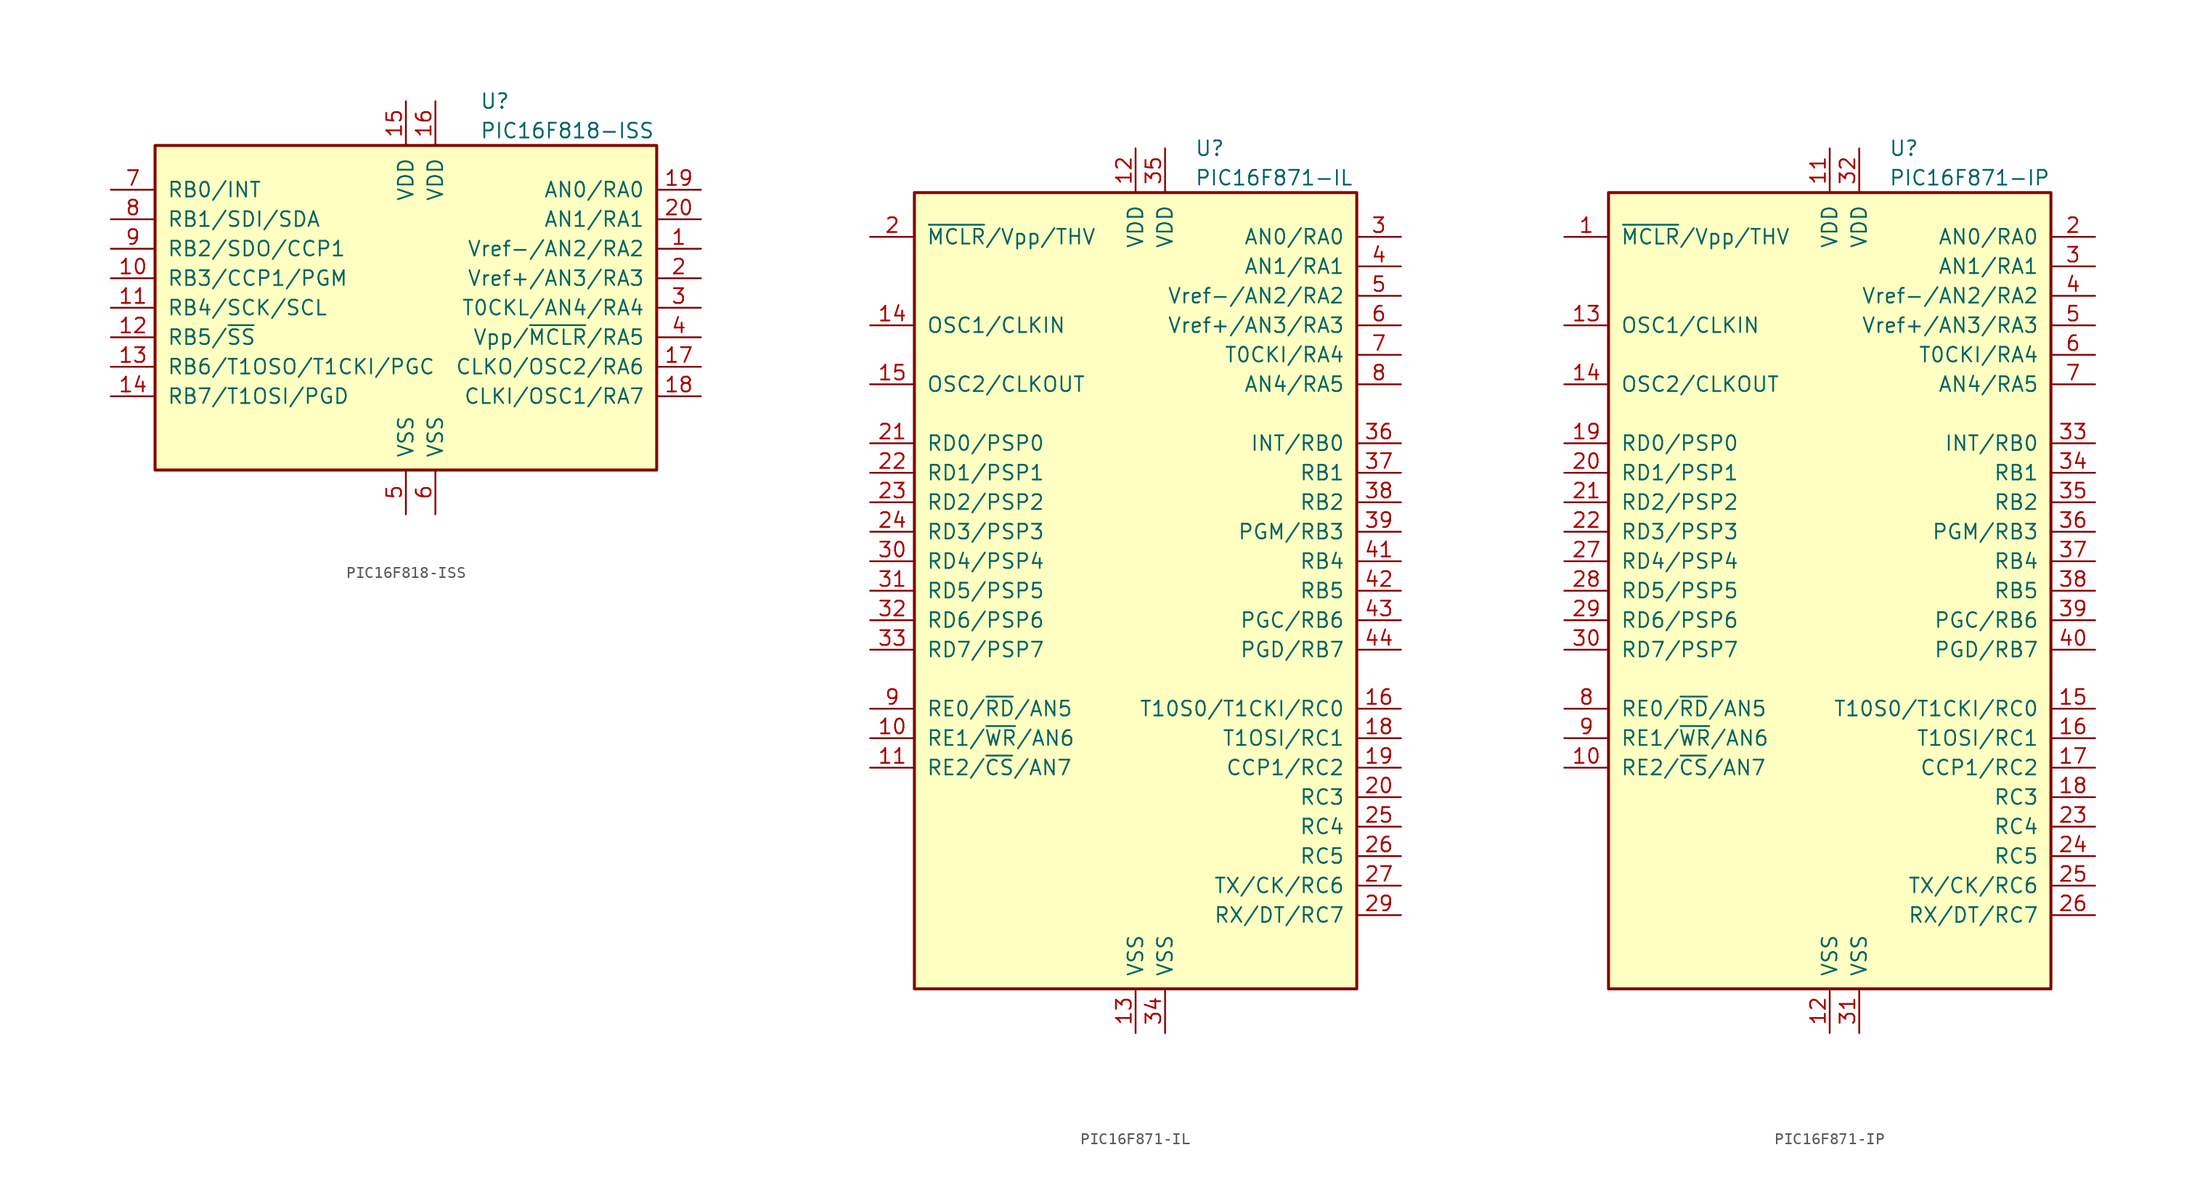
<source format=kicad_sym>
(kicad_symbol_lib
  (version 20220914)
  (generator kicad_symbol_editor)
  (symbol "PIC16F818-ISS"
    (pin_names
      (offset 1.016))
    (property "Reference" "U"
      (at 6.35 17.78 0)
      (effects (font (size 1.27 1.27)) (justify left)))
    (property "Value" "PIC16F818-ISS"
      (at 6.35 15.24 0)
      (effects (font (size 1.27 1.27)) (justify left)))
    (symbol "PIC16F818-ISS_0_1"
      (rectangle (start -21.59 13.97) (end 21.59 -13.97) (stroke (width 0.254) (type default)) (fill (type background))))
    (symbol "PIC16F818-ISS_1_1"
      (pin bidirectional line (at 25.4 5.08 180) (length 3.81) (name "Vref-/AN2/RA2" (effects (font (size 1.27 1.27)))) (number "1" (effects (font (size 1.27 1.27)))))
      (pin bidirectional line (at -25.4 2.54 0) (length 3.81) (name "RB3/CCP1/PGM" (effects (font (size 1.27 1.27)))) (number "10" (effects (font (size 1.27 1.27)))))
      (pin bidirectional line (at -25.4 0 0) (length 3.81) (name "RB4/SCK/SCL" (effects (font (size 1.27 1.27)))) (number "11" (effects (font (size 1.27 1.27)))))
      (pin bidirectional line (at -25.4 -2.54 0) (length 3.81) (name "RB5/~{SS}" (effects (font (size 1.27 1.27)))) (number "12" (effects (font (size 1.27 1.27)))))
      (pin bidirectional line (at -25.4 -5.08 0) (length 3.81) (name "RB6/T1OSO/T1CKI/PGC" (effects (font (size 1.27 1.27)))) (number "13" (effects (font (size 1.27 1.27)))))
      (pin bidirectional line (at -25.4 -7.62 0) (length 3.81) (name "RB7/T1OSI/PGD" (effects (font (size 1.27 1.27)))) (number "14" (effects (font (size 1.27 1.27)))))
      (pin power_in line (at 0 17.78 270) (length 3.81) (name "VDD" (effects (font (size 1.27 1.27)))) (number "15" (effects (font (size 1.27 1.27)))))
      (pin power_in line (at 2.54 17.78 270) (length 3.81) (name "VDD" (effects (font (size 1.27 1.27)))) (number "16" (effects (font (size 1.27 1.27)))))
      (pin bidirectional line (at 25.4 -5.08 180) (length 3.81) (name "CLKO/OSC2/RA6" (effects (font (size 1.27 1.27)))) (number "17" (effects (font (size 1.27 1.27)))))
      (pin bidirectional line (at 25.4 -7.62 180) (length 3.81) (name "CLKI/OSC1/RA7" (effects (font (size 1.27 1.27)))) (number "18" (effects (font (size 1.27 1.27)))))
      (pin bidirectional line (at 25.4 10.16 180) (length 3.81) (name "AN0/RA0" (effects (font (size 1.27 1.27)))) (number "19" (effects (font (size 1.27 1.27)))))
      (pin bidirectional line (at 25.4 2.54 180) (length 3.81) (name "Vref+/AN3/RA3" (effects (font (size 1.27 1.27)))) (number "2" (effects (font (size 1.27 1.27)))))
      (pin bidirectional line (at 25.4 7.62 180) (length 3.81) (name "AN1/RA1" (effects (font (size 1.27 1.27)))) (number "20" (effects (font (size 1.27 1.27)))))
      (pin bidirectional line (at 25.4 0 180) (length 3.81) (name "T0CKL/AN4/RA4" (effects (font (size 1.27 1.27)))) (number "3" (effects (font (size 1.27 1.27)))))
      (pin input line (at 25.4 -2.54 180) (length 3.81) (name "Vpp/~{MCLR}/RA5" (effects (font (size 1.27 1.27)))) (number "4" (effects (font (size 1.27 1.27)))))
      (pin power_in line (at 0 -17.78 90) (length 3.81) (name "VSS" (effects (font (size 1.27 1.27)))) (number "5" (effects (font (size 1.27 1.27)))))
      (pin power_in line (at 2.54 -17.78 90) (length 3.81) (name "VSS" (effects (font (size 1.27 1.27)))) (number "6" (effects (font (size 1.27 1.27)))))
      (pin bidirectional line (at -25.4 10.16 0) (length 3.81) (name "RB0/INT" (effects (font (size 1.27 1.27)))) (number "7" (effects (font (size 1.27 1.27)))))
      (pin bidirectional line (at -25.4 7.62 0) (length 3.81) (name "RB1/SDI/SDA" (effects (font (size 1.27 1.27)))) (number "8" (effects (font (size 1.27 1.27)))))
      (pin bidirectional line (at -25.4 5.08 0) (length 3.81) (name "RB2/SDO/CCP1" (effects (font (size 1.27 1.27)))) (number "9" (effects (font (size 1.27 1.27)))))))
  (symbol "PIC16F871-IL"
    (pin_names
      (offset 1.016))
    (property "Reference" "U"
      (at 5.08 38.1 0)
      (effects (font (size 1.27 1.27)) (justify left)))
    (property "Value" "PIC16F871-IL"
      (at 5.08 35.56 0)
      (effects (font (size 1.27 1.27)) (justify left)))
    (symbol "PIC16F871-IL_0_1"
      (rectangle (start -19.05 -34.29) (end 19.05 34.29) (stroke (width 0.254) (type default)) (fill (type background))))
    (symbol "PIC16F871-IL_1_1"
      (pin bidirectional line (at -22.86 -12.7 0) (length 3.81) (name "RE1/~{WR}/AN6" (effects (font (size 1.27 1.27)))) (number "10" (effects (font (size 1.27 1.27)))))
      (pin bidirectional line (at -22.86 -15.24 0) (length 3.81) (name "RE2/~{CS}/AN7" (effects (font (size 1.27 1.27)))) (number "11" (effects (font (size 1.27 1.27)))))
      (pin power_in line (at 0 38.1 270) (length 3.81) (name "VDD" (effects (font (size 1.27 1.27)))) (number "12" (effects (font (size 1.27 1.27)))))
      (pin power_in line (at 0 -38.1 90) (length 3.81) (name "VSS" (effects (font (size 1.27 1.27)))) (number "13" (effects (font (size 1.27 1.27)))))
      (pin input line (at -22.86 22.86 0) (length 3.81) (name "OSC1/CLKIN" (effects (font (size 1.27 1.27)))) (number "14" (effects (font (size 1.27 1.27)))))
      (pin output line (at -22.86 17.78 0) (length 3.81) (name "OSC2/CLKOUT" (effects (font (size 1.27 1.27)))) (number "15" (effects (font (size 1.27 1.27)))))
      (pin bidirectional line (at 22.86 -10.16 180) (length 3.81) (name "T10S0/T1CKI/RC0" (effects (font (size 1.27 1.27)))) (number "16" (effects (font (size 1.27 1.27)))))
      (pin bidirectional line (at 22.86 -12.7 180) (length 3.81) (name "T1OSI/RC1" (effects (font (size 1.27 1.27)))) (number "18" (effects (font (size 1.27 1.27)))))
      (pin bidirectional line (at 22.86 -15.24 180) (length 3.81) (name "CCP1/RC2" (effects (font (size 1.27 1.27)))) (number "19" (effects (font (size 1.27 1.27)))))
      (pin input line (at -22.86 30.48 0) (length 3.81) (name "~{MCLR}/Vpp/THV" (effects (font (size 1.27 1.27)))) (number "2" (effects (font (size 1.27 1.27)))))
      (pin bidirectional line (at 22.86 -17.78 180) (length 3.81) (name "RC3" (effects (font (size 1.27 1.27)))) (number "20" (effects (font (size 1.27 1.27)))))
      (pin bidirectional line (at -22.86 12.7 0) (length 3.81) (name "RD0/PSP0" (effects (font (size 1.27 1.27)))) (number "21" (effects (font (size 1.27 1.27)))))
      (pin bidirectional line (at -22.86 10.16 0) (length 3.81) (name "RD1/PSP1" (effects (font (size 1.27 1.27)))) (number "22" (effects (font (size 1.27 1.27)))))
      (pin bidirectional line (at -22.86 7.62 0) (length 3.81) (name "RD2/PSP2" (effects (font (size 1.27 1.27)))) (number "23" (effects (font (size 1.27 1.27)))))
      (pin bidirectional line (at -22.86 5.08 0) (length 3.81) (name "RD3/PSP3" (effects (font (size 1.27 1.27)))) (number "24" (effects (font (size 1.27 1.27)))))
      (pin bidirectional line (at 22.86 -20.32 180) (length 3.81) (name "RC4" (effects (font (size 1.27 1.27)))) (number "25" (effects (font (size 1.27 1.27)))))
      (pin bidirectional line (at 22.86 -22.86 180) (length 3.81) (name "RC5" (effects (font (size 1.27 1.27)))) (number "26" (effects (font (size 1.27 1.27)))))
      (pin bidirectional line (at 22.86 -25.4 180) (length 3.81) (name "TX/CK/RC6" (effects (font (size 1.27 1.27)))) (number "27" (effects (font (size 1.27 1.27)))))
      (pin bidirectional line (at 22.86 -27.94 180) (length 3.81) (name "RX/DT/RC7" (effects (font (size 1.27 1.27)))) (number "29" (effects (font (size 1.27 1.27)))))
      (pin bidirectional line (at 22.86 30.48 180) (length 3.81) (name "AN0/RA0" (effects (font (size 1.27 1.27)))) (number "3" (effects (font (size 1.27 1.27)))))
      (pin bidirectional line (at -22.86 2.54 0) (length 3.81) (name "RD4/PSP4" (effects (font (size 1.27 1.27)))) (number "30" (effects (font (size 1.27 1.27)))))
      (pin bidirectional line (at -22.86 0 0) (length 3.81) (name "RD5/PSP5" (effects (font (size 1.27 1.27)))) (number "31" (effects (font (size 1.27 1.27)))))
      (pin bidirectional line (at -22.86 -2.54 0) (length 3.81) (name "RD6/PSP6" (effects (font (size 1.27 1.27)))) (number "32" (effects (font (size 1.27 1.27)))))
      (pin bidirectional line (at -22.86 -5.08 0) (length 3.81) (name "RD7/PSP7" (effects (font (size 1.27 1.27)))) (number "33" (effects (font (size 1.27 1.27)))))
      (pin power_in line (at 2.54 -38.1 90) (length 3.81) (name "VSS" (effects (font (size 1.27 1.27)))) (number "34" (effects (font (size 1.27 1.27)))))
      (pin power_in line (at 2.54 38.1 270) (length 3.81) (name "VDD" (effects (font (size 1.27 1.27)))) (number "35" (effects (font (size 1.27 1.27)))))
      (pin bidirectional line (at 22.86 12.7 180) (length 3.81) (name "INT/RB0" (effects (font (size 1.27 1.27)))) (number "36" (effects (font (size 1.27 1.27)))))
      (pin bidirectional line (at 22.86 10.16 180) (length 3.81) (name "RB1" (effects (font (size 1.27 1.27)))) (number "37" (effects (font (size 1.27 1.27)))))
      (pin bidirectional line (at 22.86 7.62 180) (length 3.81) (name "RB2" (effects (font (size 1.27 1.27)))) (number "38" (effects (font (size 1.27 1.27)))))
      (pin bidirectional line (at 22.86 5.08 180) (length 3.81) (name "PGM/RB3" (effects (font (size 1.27 1.27)))) (number "39" (effects (font (size 1.27 1.27)))))
      (pin bidirectional line (at 22.86 27.94 180) (length 3.81) (name "AN1/RA1" (effects (font (size 1.27 1.27)))) (number "4" (effects (font (size 1.27 1.27)))))
      (pin bidirectional line (at 22.86 2.54 180) (length 3.81) (name "RB4" (effects (font (size 1.27 1.27)))) (number "41" (effects (font (size 1.27 1.27)))))
      (pin bidirectional line (at 22.86 0 180) (length 3.81) (name "RB5" (effects (font (size 1.27 1.27)))) (number "42" (effects (font (size 1.27 1.27)))))
      (pin bidirectional line (at 22.86 -2.54 180) (length 3.81) (name "PGC/RB6" (effects (font (size 1.27 1.27)))) (number "43" (effects (font (size 1.27 1.27)))))
      (pin bidirectional line (at 22.86 -5.08 180) (length 3.81) (name "PGD/RB7" (effects (font (size 1.27 1.27)))) (number "44" (effects (font (size 1.27 1.27)))))
      (pin bidirectional line (at 22.86 25.4 180) (length 3.81) (name "Vref-/AN2/RA2" (effects (font (size 1.27 1.27)))) (number "5" (effects (font (size 1.27 1.27)))))
      (pin bidirectional line (at 22.86 22.86 180) (length 3.81) (name "Vref+/AN3/RA3" (effects (font (size 1.27 1.27)))) (number "6" (effects (font (size 1.27 1.27)))))
      (pin bidirectional line (at 22.86 20.32 180) (length 3.81) (name "T0CKI/RA4" (effects (font (size 1.27 1.27)))) (number "7" (effects (font (size 1.27 1.27)))))
      (pin bidirectional line (at 22.86 17.78 180) (length 3.81) (name "AN4/RA5" (effects (font (size 1.27 1.27)))) (number "8" (effects (font (size 1.27 1.27)))))
      (pin bidirectional line (at -22.86 -10.16 0) (length 3.81) (name "RE0/~{RD}/AN5" (effects (font (size 1.27 1.27)))) (number "9" (effects (font (size 1.27 1.27)))))))
  (symbol "PIC16F871-IP"
    (pin_names
      (offset 1.016))
    (property "Reference" "U"
      (at 5.08 38.1 0)
      (effects (font (size 1.27 1.27)) (justify left)))
    (property "Value" "PIC16F871-IP"
      (at 5.08 35.56 0)
      (effects (font (size 1.27 1.27)) (justify left)))
    (symbol "PIC16F871-IP_0_1"
      (rectangle (start -19.05 -34.29) (end 19.05 34.29) (stroke (width 0.254) (type default)) (fill (type background))))
    (symbol "PIC16F871-IP_1_1"
      (pin input line (at -22.86 30.48 0) (length 3.81) (name "~{MCLR}/Vpp/THV" (effects (font (size 1.27 1.27)))) (number "1" (effects (font (size 1.27 1.27)))))
      (pin bidirectional line (at -22.86 -15.24 0) (length 3.81) (name "RE2/~{CS}/AN7" (effects (font (size 1.27 1.27)))) (number "10" (effects (font (size 1.27 1.27)))))
      (pin power_in line (at 0 38.1 270) (length 3.81) (name "VDD" (effects (font (size 1.27 1.27)))) (number "11" (effects (font (size 1.27 1.27)))))
      (pin power_in line (at 0 -38.1 90) (length 3.81) (name "VSS" (effects (font (size 1.27 1.27)))) (number "12" (effects (font (size 1.27 1.27)))))
      (pin input line (at -22.86 22.86 0) (length 3.81) (name "OSC1/CLKIN" (effects (font (size 1.27 1.27)))) (number "13" (effects (font (size 1.27 1.27)))))
      (pin output line (at -22.86 17.78 0) (length 3.81) (name "OSC2/CLKOUT" (effects (font (size 1.27 1.27)))) (number "14" (effects (font (size 1.27 1.27)))))
      (pin bidirectional line (at 22.86 -10.16 180) (length 3.81) (name "T10S0/T1CKI/RC0" (effects (font (size 1.27 1.27)))) (number "15" (effects (font (size 1.27 1.27)))))
      (pin bidirectional line (at 22.86 -12.7 180) (length 3.81) (name "T1OSI/RC1" (effects (font (size 1.27 1.27)))) (number "16" (effects (font (size 1.27 1.27)))))
      (pin bidirectional line (at 22.86 -15.24 180) (length 3.81) (name "CCP1/RC2" (effects (font (size 1.27 1.27)))) (number "17" (effects (font (size 1.27 1.27)))))
      (pin bidirectional line (at 22.86 -17.78 180) (length 3.81) (name "RC3" (effects (font (size 1.27 1.27)))) (number "18" (effects (font (size 1.27 1.27)))))
      (pin bidirectional line (at -22.86 12.7 0) (length 3.81) (name "RD0/PSP0" (effects (font (size 1.27 1.27)))) (number "19" (effects (font (size 1.27 1.27)))))
      (pin bidirectional line (at 22.86 30.48 180) (length 3.81) (name "AN0/RA0" (effects (font (size 1.27 1.27)))) (number "2" (effects (font (size 1.27 1.27)))))
      (pin bidirectional line (at -22.86 10.16 0) (length 3.81) (name "RD1/PSP1" (effects (font (size 1.27 1.27)))) (number "20" (effects (font (size 1.27 1.27)))))
      (pin bidirectional line (at -22.86 7.62 0) (length 3.81) (name "RD2/PSP2" (effects (font (size 1.27 1.27)))) (number "21" (effects (font (size 1.27 1.27)))))
      (pin bidirectional line (at -22.86 5.08 0) (length 3.81) (name "RD3/PSP3" (effects (font (size 1.27 1.27)))) (number "22" (effects (font (size 1.27 1.27)))))
      (pin bidirectional line (at 22.86 -20.32 180) (length 3.81) (name "RC4" (effects (font (size 1.27 1.27)))) (number "23" (effects (font (size 1.27 1.27)))))
      (pin bidirectional line (at 22.86 -22.86 180) (length 3.81) (name "RC5" (effects (font (size 1.27 1.27)))) (number "24" (effects (font (size 1.27 1.27)))))
      (pin bidirectional line (at 22.86 -25.4 180) (length 3.81) (name "TX/CK/RC6" (effects (font (size 1.27 1.27)))) (number "25" (effects (font (size 1.27 1.27)))))
      (pin bidirectional line (at 22.86 -27.94 180) (length 3.81) (name "RX/DT/RC7" (effects (font (size 1.27 1.27)))) (number "26" (effects (font (size 1.27 1.27)))))
      (pin bidirectional line (at -22.86 2.54 0) (length 3.81) (name "RD4/PSP4" (effects (font (size 1.27 1.27)))) (number "27" (effects (font (size 1.27 1.27)))))
      (pin bidirectional line (at -22.86 0 0) (length 3.81) (name "RD5/PSP5" (effects (font (size 1.27 1.27)))) (number "28" (effects (font (size 1.27 1.27)))))
      (pin bidirectional line (at -22.86 -2.54 0) (length 3.81) (name "RD6/PSP6" (effects (font (size 1.27 1.27)))) (number "29" (effects (font (size 1.27 1.27)))))
      (pin bidirectional line (at 22.86 27.94 180) (length 3.81) (name "AN1/RA1" (effects (font (size 1.27 1.27)))) (number "3" (effects (font (size 1.27 1.27)))))
      (pin bidirectional line (at -22.86 -5.08 0) (length 3.81) (name "RD7/PSP7" (effects (font (size 1.27 1.27)))) (number "30" (effects (font (size 1.27 1.27)))))
      (pin power_in line (at 2.54 -38.1 90) (length 3.81) (name "VSS" (effects (font (size 1.27 1.27)))) (number "31" (effects (font (size 1.27 1.27)))))
      (pin power_in line (at 2.54 38.1 270) (length 3.81) (name "VDD" (effects (font (size 1.27 1.27)))) (number "32" (effects (font (size 1.27 1.27)))))
      (pin bidirectional line (at 22.86 12.7 180) (length 3.81) (name "INT/RB0" (effects (font (size 1.27 1.27)))) (number "33" (effects (font (size 1.27 1.27)))))
      (pin bidirectional line (at 22.86 10.16 180) (length 3.81) (name "RB1" (effects (font (size 1.27 1.27)))) (number "34" (effects (font (size 1.27 1.27)))))
      (pin bidirectional line (at 22.86 7.62 180) (length 3.81) (name "RB2" (effects (font (size 1.27 1.27)))) (number "35" (effects (font (size 1.27 1.27)))))
      (pin bidirectional line (at 22.86 5.08 180) (length 3.81) (name "PGM/RB3" (effects (font (size 1.27 1.27)))) (number "36" (effects (font (size 1.27 1.27)))))
      (pin bidirectional line (at 22.86 2.54 180) (length 3.81) (name "RB4" (effects (font (size 1.27 1.27)))) (number "37" (effects (font (size 1.27 1.27)))))
      (pin bidirectional line (at 22.86 0 180) (length 3.81) (name "RB5" (effects (font (size 1.27 1.27)))) (number "38" (effects (font (size 1.27 1.27)))))
      (pin bidirectional line (at 22.86 -2.54 180) (length 3.81) (name "PGC/RB6" (effects (font (size 1.27 1.27)))) (number "39" (effects (font (size 1.27 1.27)))))
      (pin bidirectional line (at 22.86 25.4 180) (length 3.81) (name "Vref-/AN2/RA2" (effects (font (size 1.27 1.27)))) (number "4" (effects (font (size 1.27 1.27)))))
      (pin bidirectional line (at 22.86 -5.08 180) (length 3.81) (name "PGD/RB7" (effects (font (size 1.27 1.27)))) (number "40" (effects (font (size 1.27 1.27)))))
      (pin bidirectional line (at 22.86 22.86 180) (length 3.81) (name "Vref+/AN3/RA3" (effects (font (size 1.27 1.27)))) (number "5" (effects (font (size 1.27 1.27)))))
      (pin bidirectional line (at 22.86 20.32 180) (length 3.81) (name "T0CKI/RA4" (effects (font (size 1.27 1.27)))) (number "6" (effects (font (size 1.27 1.27)))))
      (pin bidirectional line (at 22.86 17.78 180) (length 3.81) (name "AN4/RA5" (effects (font (size 1.27 1.27)))) (number "7" (effects (font (size 1.27 1.27)))))
      (pin bidirectional line (at -22.86 -10.16 0) (length 3.81) (name "RE0/~{RD}/AN5" (effects (font (size 1.27 1.27)))) (number "8" (effects (font (size 1.27 1.27)))))
      (pin bidirectional line (at -22.86 -12.7 0) (length 3.81) (name "RE1/~{WR}/AN6" (effects (font (size 1.27 1.27)))) (number "9" (effects (font (size 1.27 1.27))))))))
</source>
